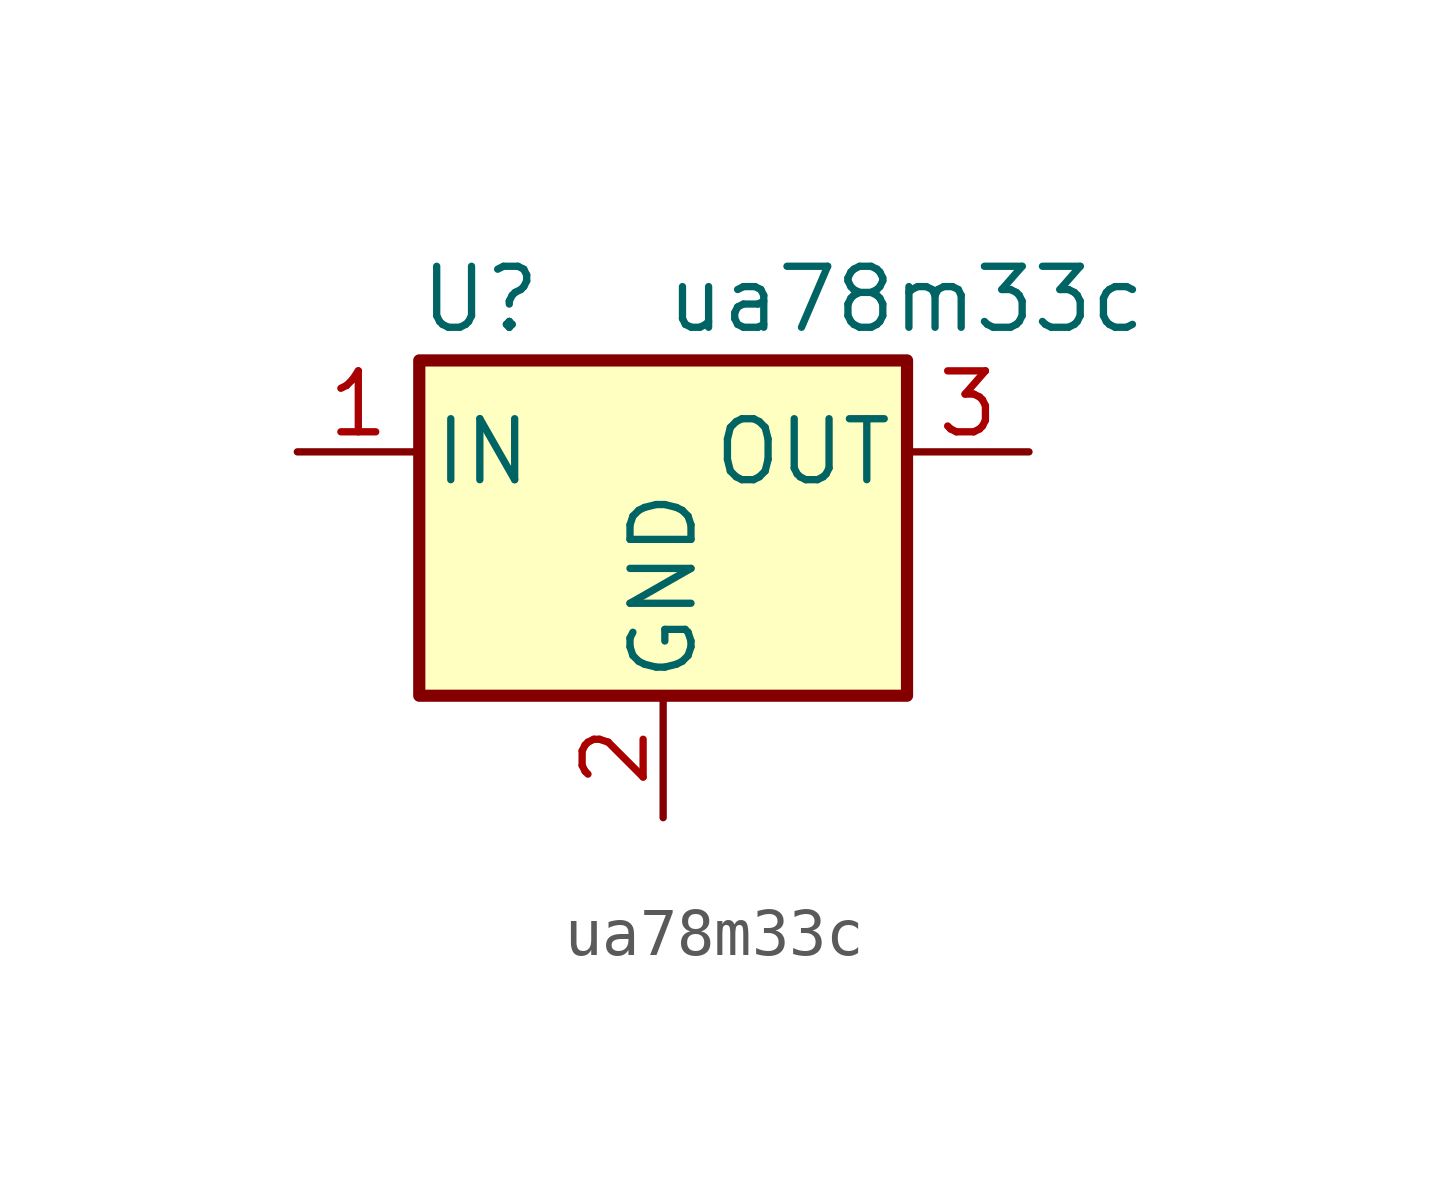
<source format=kicad_sym>
(kicad_symbol_lib
  (version 20220914)
  (generator kicad_symbol_editor)
  (symbol "ua78m33c"
    (pin_names
      (offset 0.254))
    (property "Reference" "U"
      (at -3.81 3.175 0)
      (effects (font (size 1.27 1.27))))
    (property "Value" "ua78m33c"
      (at 0 3.175 0)
      (effects (font (size 1.27 1.27)) (justify left)))
    (symbol "ua78m33c_0_1"
      (rectangle (start -5.08 1.905) (end 5.08 -5.08) (stroke (width 0.254) (type default)) (fill (type background))))
    (symbol "ua78m33c_1_1"
      (pin power_in line (at -7.62 0 0) (length 2.54) (name "IN" (effects (font (size 1.27 1.27)))) (number "1" (effects (font (size 1.27 1.27)))))
      (pin power_in line (at 0 -7.62 90) (length 2.54) (name "GND" (effects (font (size 1.27 1.27)))) (number "2" (effects (font (size 1.27 1.27)))))
      (pin power_out line (at 7.62 0 180) (length 2.54) (name "OUT" (effects (font (size 1.27 1.27)))) (number "3" (effects (font (size 1.27 1.27))))))))
</source>
